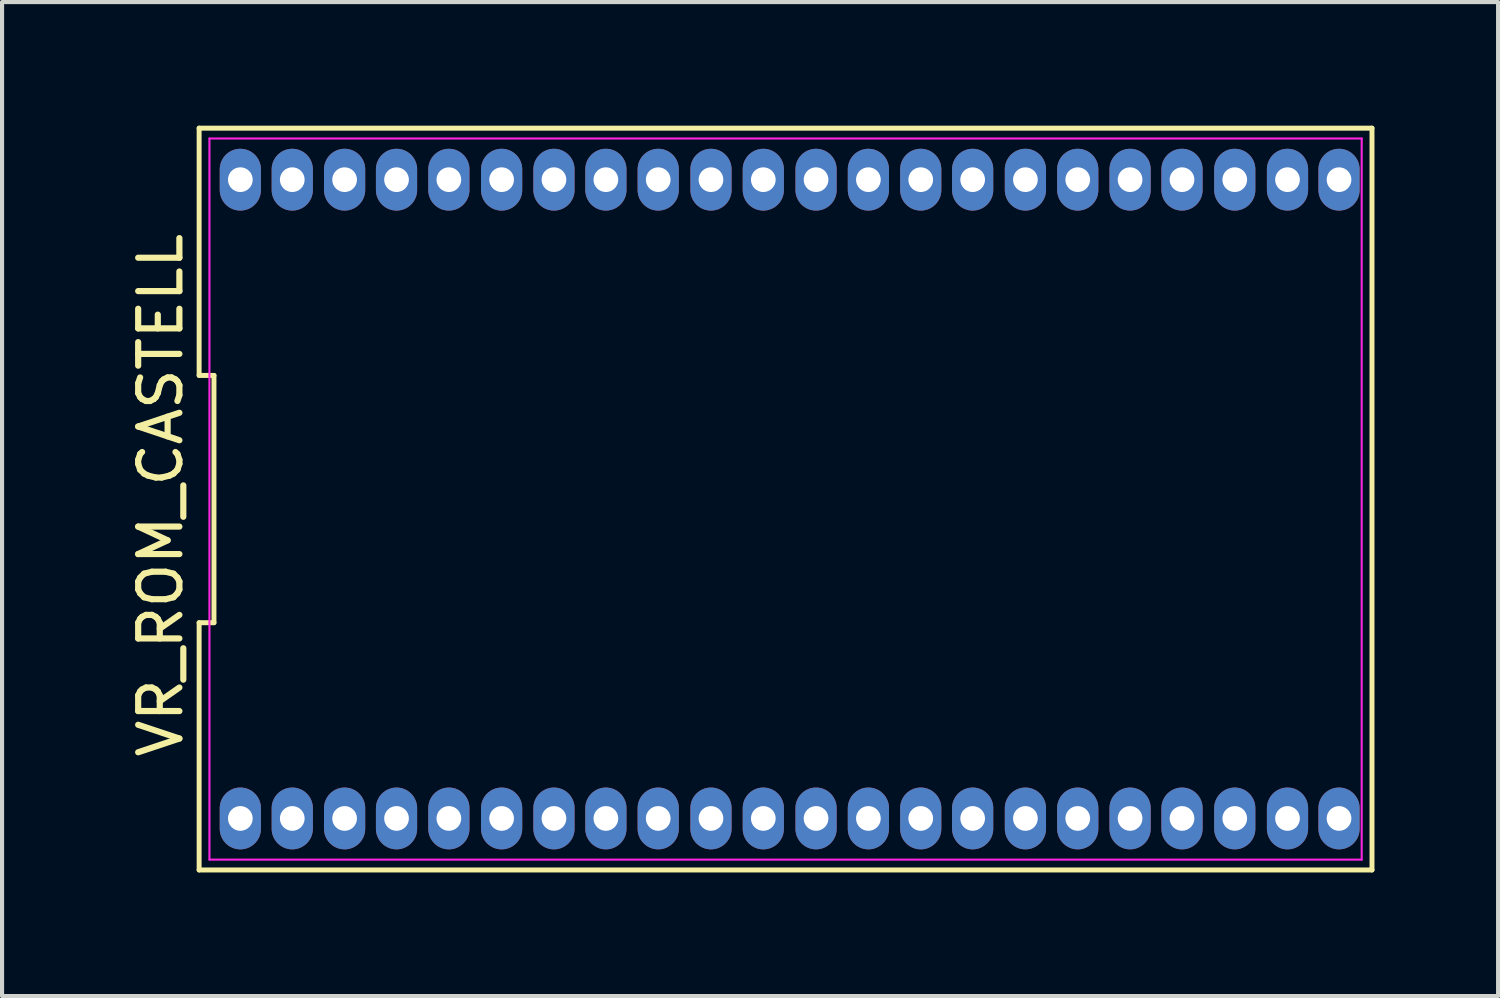
<source format=kicad_pcb>
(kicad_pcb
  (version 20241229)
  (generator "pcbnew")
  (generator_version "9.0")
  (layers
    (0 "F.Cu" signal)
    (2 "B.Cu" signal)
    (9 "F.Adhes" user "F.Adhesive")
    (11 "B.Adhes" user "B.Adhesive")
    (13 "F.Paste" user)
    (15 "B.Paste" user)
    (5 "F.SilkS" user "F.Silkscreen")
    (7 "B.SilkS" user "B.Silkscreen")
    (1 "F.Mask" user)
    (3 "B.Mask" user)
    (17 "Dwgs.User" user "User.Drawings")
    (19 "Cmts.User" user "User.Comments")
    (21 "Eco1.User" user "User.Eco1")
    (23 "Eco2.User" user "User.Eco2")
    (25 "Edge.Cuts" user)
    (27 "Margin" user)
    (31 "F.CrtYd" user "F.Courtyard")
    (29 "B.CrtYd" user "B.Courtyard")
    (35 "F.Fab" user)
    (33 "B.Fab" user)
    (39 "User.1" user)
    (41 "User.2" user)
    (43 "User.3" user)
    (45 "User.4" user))
  (footprint "VR_ROM_CASTELL"
    (layer "F.Cu")
    (at 16.078 8.966)
    (property "Reference" "VR_ROM_CASTELL" (at -15.23 0 90) (layer "F.SilkS") (effects (font (size 1 1) (thickness 0.15))))
    (attr through_hole)
    (fp_line (start -14.296 -8.906) (end -14.296 -2.906) (stroke (width 0.12) (type solid)) (layer "F.SilkS"))
    (fp_line (start -14.296 -2.906) (end -13.936 -2.906) (stroke (width 0.12) (type solid)) (layer "F.SilkS"))
    (fp_line (start -14.296 3.094) (end -14.296 9.094) (stroke (width 0.12) (type solid)) (layer "F.SilkS"))
    (fp_line (start -14.296 9.094) (end 14.164 9.094) (stroke (width 0.12) (type solid)) (layer "F.SilkS"))
    (fp_line (start -13.936 -2.906) (end -13.936 3.094) (stroke (width 0.12) (type solid)) (layer "F.SilkS"))
    (fp_line (start -13.936 3.094) (end -14.296 3.094) (stroke (width 0.12) (type solid)) (layer "F.SilkS"))
    (fp_line (start 14.164 -8.906) (end -14.296 -8.906) (stroke (width 0.12) (type solid)) (layer "F.SilkS"))
    (fp_line (start 14.164 9.094) (end 14.164 -8.906) (stroke (width 0.12) (type solid)) (layer "F.SilkS"))
    (fp_line (start -14.046 -8.656) (end 13.914 -8.656) (stroke (width 0.05) (type solid)) (layer "F.CrtYd"))
    (fp_line (start -14.046 8.844) (end -14.046 -8.656) (stroke (width 0.05) (type solid)) (layer "F.CrtYd"))
    (fp_line (start 13.914 -8.656) (end 13.914 8.844) (stroke (width 0.05) (type solid)) (layer "F.CrtYd"))
    (fp_line (start 13.914 8.844) (end -14.046 8.844) (stroke (width 0.05) (type solid)) (layer "F.CrtYd"))
    (pad "1" thru_hole oval (at -13.296 7.844) (size 1 1.5) (drill 0.6) (layers "*.Cu" "*.Mask"))
    (pad "2" thru_hole oval (at -12.036 7.844) (size 1 1.5) (drill 0.6) (layers "*.Cu" "*.Mask"))
    (pad "3" thru_hole oval (at -10.766 7.844) (size 1 1.5) (drill 0.6) (layers "*.Cu" "*.Mask"))
    (pad "4" thru_hole oval (at -9.506 7.844) (size 1 1.5) (drill 0.6) (layers "*.Cu" "*.Mask"))
    (pad "5" thru_hole oval (at -8.236 7.844) (size 1 1.5) (drill 0.6) (layers "*.Cu" "*.Mask"))
    (pad "6" thru_hole oval (at -6.956 7.844) (size 1 1.5) (drill 0.6) (layers "*.Cu" "*.Mask"))
    (pad "7" thru_hole oval (at -5.686 7.844) (size 1 1.5) (drill 0.6) (layers "*.Cu" "*.Mask"))
    (pad "8" thru_hole oval (at -4.426 7.844) (size 1 1.5) (drill 0.6) (layers "*.Cu" "*.Mask"))
    (pad "9" thru_hole oval (at -3.156 7.844) (size 1 1.5) (drill 0.6) (layers "*.Cu" "*.Mask"))
    (pad "10" thru_hole oval (at -1.876 7.844) (size 1 1.5) (drill 0.6) (layers "*.Cu" "*.Mask"))
    (pad "11" thru_hole oval (at -0.606 7.844) (size 1 1.5) (drill 0.6) (layers "*.Cu" "*.Mask"))
    (pad "12" thru_hole oval (at 0.674 7.844) (size 1 1.5) (drill 0.6) (layers "*.Cu" "*.Mask"))
    (pad "13" thru_hole oval (at 1.944 7.844) (size 1 1.5) (drill 0.6) (layers "*.Cu" "*.Mask"))
    (pad "14" thru_hole oval (at 3.214 7.844) (size 1 1.5) (drill 0.6) (layers "*.Cu" "*.Mask"))
    (pad "15" thru_hole oval (at 4.474 7.844) (size 1 1.5) (drill 0.6) (layers "*.Cu" "*.Mask"))
    (pad "16" thru_hole oval (at 5.754 7.844) (size 1 1.5) (drill 0.6) (layers "*.Cu" "*.Mask"))
    (pad "17" thru_hole oval (at 7.024 7.844) (size 1 1.5) (drill 0.6) (layers "*.Cu" "*.Mask"))
    (pad "18" thru_hole oval (at 8.294 7.844) (size 1 1.5) (drill 0.6) (layers "*.Cu" "*.Mask"))
    (pad "19" thru_hole oval (at 9.554 7.844) (size 1 1.5) (drill 0.6) (layers "*.Cu" "*.Mask"))
    (pad "20" thru_hole oval (at 10.834 7.844) (size 1 1.5) (drill 0.6) (layers "*.Cu" "*.Mask"))
    (pad "21" thru_hole oval (at 12.114 7.844) (size 1 1.5) (drill 0.6) (layers "*.Cu" "*.Mask"))
    (pad "22" thru_hole oval (at 13.364 7.844) (size 1 1.5) (drill 0.6) (layers "*.Cu" "*.Mask"))
    (pad "23" thru_hole oval (at 13.364 -7.656) (size 1 1.5) (drill 0.6) (layers "*.Cu" "*.Mask"))
    (pad "24" thru_hole oval (at 12.114 -7.656) (size 1 1.5) (drill 0.6) (layers "*.Cu" "*.Mask"))
    (pad "25" thru_hole oval (at 10.834 -7.656) (size 1 1.5) (drill 0.6) (layers "*.Cu" "*.Mask"))
    (pad "26" thru_hole oval (at 9.554 -7.656) (size 1 1.5) (drill 0.6) (layers "*.Cu" "*.Mask"))
    (pad "27" thru_hole oval (at 8.294 -7.656) (size 1 1.5) (drill 0.6) (layers "*.Cu" "*.Mask"))
    (pad "28" thru_hole oval (at 7.024 -7.656) (size 1 1.5) (drill 0.6) (layers "*.Cu" "*.Mask"))
    (pad "29" thru_hole oval (at 5.754 -7.656) (size 1 1.5) (drill 0.6) (layers "*.Cu" "*.Mask"))
    (pad "30" thru_hole oval (at 4.474 -7.656) (size 1 1.5) (drill 0.6) (layers "*.Cu" "*.Mask"))
    (pad "31" thru_hole oval (at 3.214 -7.656) (size 1 1.5) (drill 0.6) (layers "*.Cu" "*.Mask"))
    (pad "32" thru_hole oval (at 1.944 -7.656) (size 1 1.5) (drill 0.6) (layers "*.Cu" "*.Mask"))
    (pad "33" thru_hole oval (at 0.674 -7.656) (size 1 1.5) (drill 0.6) (layers "*.Cu" "*.Mask"))
    (pad "34" thru_hole oval (at -0.606 -7.656) (size 1 1.5) (drill 0.6) (layers "*.Cu" "*.Mask"))
    (pad "35" thru_hole oval (at -1.876 -7.656) (size 1 1.5) (drill 0.6) (layers "*.Cu" "*.Mask"))
    (pad "36" thru_hole oval (at -3.156 -7.656) (size 1 1.5) (drill 0.6) (layers "*.Cu" "*.Mask"))
    (pad "37" thru_hole oval (at -4.426 -7.656) (size 1 1.5) (drill 0.6) (layers "*.Cu" "*.Mask"))
    (pad "38" thru_hole oval (at -5.686 -7.656) (size 1 1.5) (drill 0.6) (layers "*.Cu" "*.Mask"))
    (pad "39" thru_hole oval (at -6.956 -7.656) (size 1 1.5) (drill 0.6) (layers "*.Cu" "*.Mask"))
    (pad "40" thru_hole oval (at -8.236 -7.656) (size 1 1.5) (drill 0.6) (layers "*.Cu" "*.Mask"))
    (pad "41" thru_hole oval (at -9.506 -7.656) (size 1 1.5) (drill 0.6) (layers "*.Cu" "*.Mask"))
    (pad "42" thru_hole oval (at -10.766 -7.656) (size 1 1.5) (drill 0.6) (layers "*.Cu" "*.Mask"))
    (pad "43" thru_hole oval (at -12.036 -7.656) (size 1 1.5) (drill 0.6) (layers "*.Cu" "*.Mask"))
    (pad "44" thru_hole oval (at -13.296 -7.656) (size 1 1.5) (drill 0.6) (layers "*.Cu" "*.Mask")))
  (gr_rect
    (start -3 -3)
    (end 33.302 21.12)
    (stroke (width 0.1) (type default))
    (fill no)
    (layer "Edge.Cuts")))
</source>
